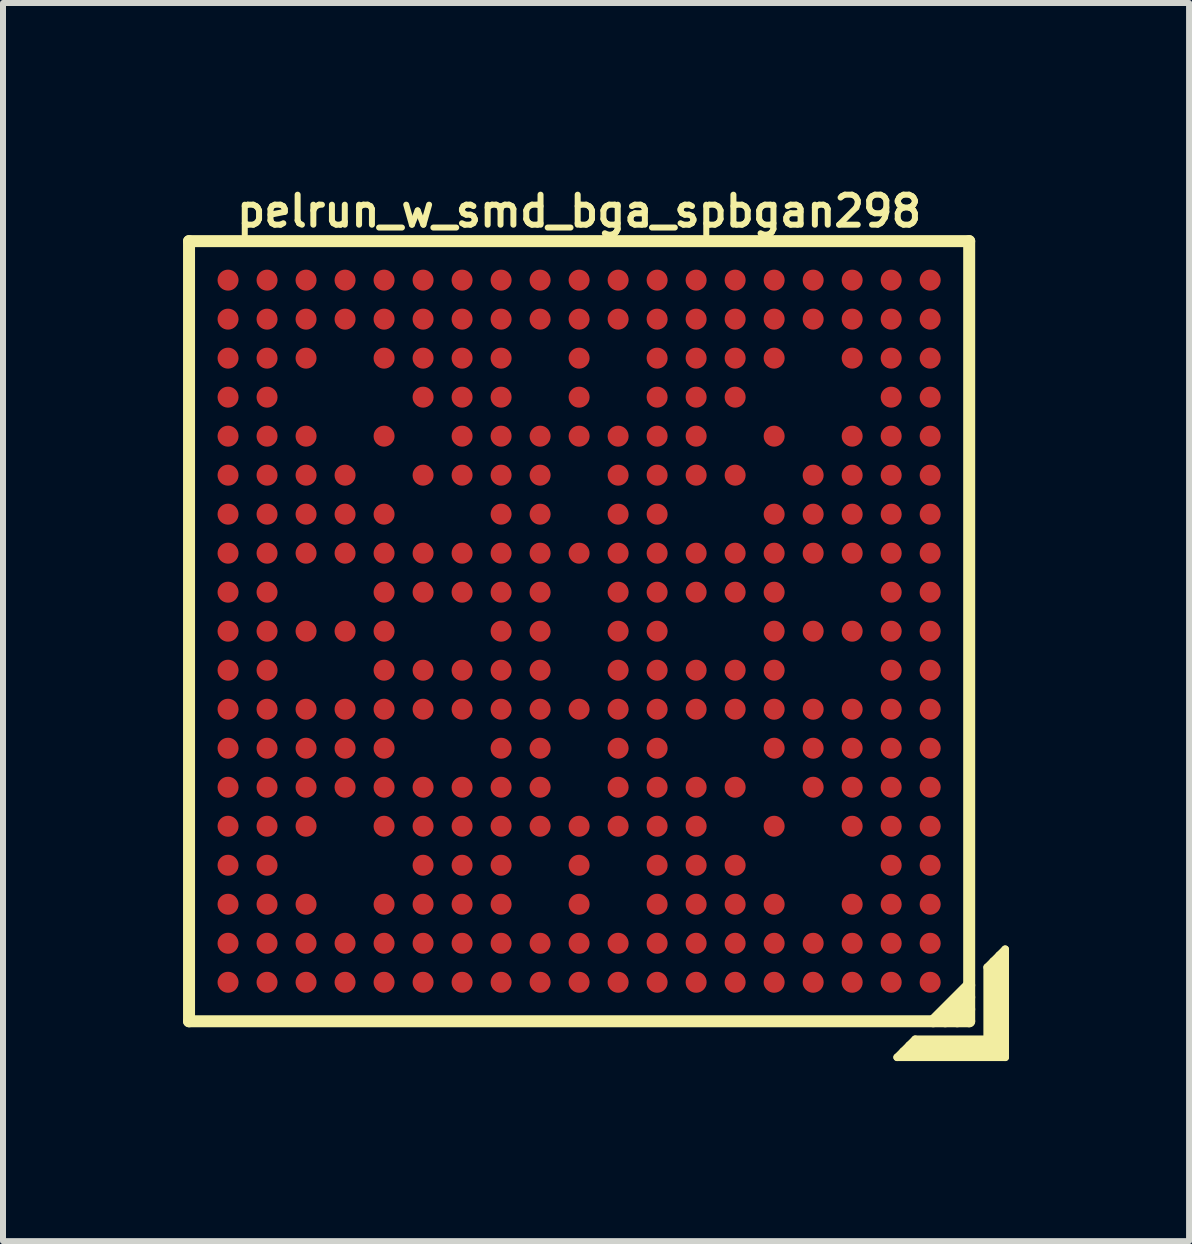
<source format=kicad_pcb>
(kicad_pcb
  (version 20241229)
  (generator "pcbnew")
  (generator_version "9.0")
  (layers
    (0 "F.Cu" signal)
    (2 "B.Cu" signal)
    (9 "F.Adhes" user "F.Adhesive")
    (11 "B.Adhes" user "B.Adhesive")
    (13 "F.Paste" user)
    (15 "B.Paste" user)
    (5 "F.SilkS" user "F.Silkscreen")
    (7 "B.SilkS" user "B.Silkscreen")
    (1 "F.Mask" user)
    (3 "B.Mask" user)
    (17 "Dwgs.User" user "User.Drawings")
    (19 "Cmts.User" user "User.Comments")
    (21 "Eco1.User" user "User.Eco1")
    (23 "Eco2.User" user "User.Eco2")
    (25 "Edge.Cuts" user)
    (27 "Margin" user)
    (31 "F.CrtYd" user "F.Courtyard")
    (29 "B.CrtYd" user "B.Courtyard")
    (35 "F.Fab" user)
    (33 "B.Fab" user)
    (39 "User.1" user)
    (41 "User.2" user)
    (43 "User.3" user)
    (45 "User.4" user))
  (footprint "pelrun_w_smd_bga_spbgan298"
    (layer "F.Cu")
    (at 6.6 7.468)
    (property "Reference" "pelrun_w_smd_bga_spbgan298" (at 0 -7 0) (layer "F.SilkS") (effects (font (size 0.5 0.5) (thickness 0.1))))
    (attr through_hole)
    (fp_line (start -6.5 -6.5) (end 6.5 -6.5) (stroke (width 0.2) (type solid)) (layer "F.SilkS"))
    (fp_line (start -6.5 6.5) (end -6.5 -6.5) (stroke (width 0.2) (type solid)) (layer "F.SilkS"))
    (fp_line (start 5.3 7.1) (end 5.6 6.8) (stroke (width 0.127) (type solid)) (layer "F.SilkS"))
    (fp_line (start 5.4 7) (end 7 7) (stroke (width 0.127) (type solid)) (layer "F.SilkS"))
    (fp_line (start 5.6 6.8) (end 6.8 6.8) (stroke (width 0.127) (type solid)) (layer "F.SilkS"))
    (fp_line (start 6.3 6.5) (end 6.5 6.3) (stroke (width 0.2) (type solid)) (layer "F.SilkS"))
    (fp_line (start 6.5 -6.5) (end 6.5 6.5) (stroke (width 0.2) (type solid)) (layer "F.SilkS"))
    (fp_line (start 6.5 5.9) (end 5.9 6.5) (stroke (width 0.2) (type solid)) (layer "F.SilkS"))
    (fp_line (start 6.5 6.1) (end 6.1 6.5) (stroke (width 0.2) (type solid)) (layer "F.SilkS"))
    (fp_line (start 6.5 6.5) (end -6.5 6.5) (stroke (width 0.2) (type solid)) (layer "F.SilkS"))
    (fp_line (start 6.8 5.6) (end 7.1 5.3) (stroke (width 0.127) (type solid)) (layer "F.SilkS"))
    (fp_line (start 6.8 6.8) (end 6.8 5.6) (stroke (width 0.127) (type solid)) (layer "F.SilkS"))
    (fp_line (start 6.9 5.5) (end 6.9 6.9) (stroke (width 0.127) (type solid)) (layer "F.SilkS"))
    (fp_line (start 6.9 6.9) (end 5.5 6.9) (stroke (width 0.127) (type solid)) (layer "F.SilkS"))
    (fp_line (start 7 7) (end 7 5.4) (stroke (width 0.127) (type solid)) (layer "F.SilkS"))
    (fp_line (start 7.1 5.3) (end 7.1 7.1) (stroke (width 0.127) (type solid)) (layer "F.SilkS"))
    (fp_line (start 7.1 7.1) (end 5.3 7.1) (stroke (width 0.127) (type solid)) (layer "F.SilkS"))
    (pad "A1" smd circle (at 5.85 5.85) (size 0.35 0.35) (layers "F.Cu" "F.Mask" "F.Paste"))
    (pad "A2" smd circle (at 5.2 5.85) (size 0.35 0.35) (layers "F.Cu" "F.Mask" "F.Paste"))
    (pad "A3" smd circle (at 4.55 5.85) (size 0.35 0.35) (layers "F.Cu" "F.Mask" "F.Paste"))
    (pad "A4" smd circle (at 3.9 5.85) (size 0.35 0.35) (layers "F.Cu" "F.Mask" "F.Paste"))
    (pad "A5" smd circle (at 3.25 5.85) (size 0.35 0.35) (layers "F.Cu" "F.Mask" "F.Paste"))
    (pad "A6" smd circle (at 2.6 5.85) (size 0.35 0.35) (layers "F.Cu" "F.Mask" "F.Paste"))
    (pad "A7" smd circle (at 1.95 5.85) (size 0.35 0.35) (layers "F.Cu" "F.Mask" "F.Paste"))
    (pad "A8" smd circle (at 1.3 5.85) (size 0.35 0.35) (layers "F.Cu" "F.Mask" "F.Paste"))
    (pad "A9" smd circle (at 0.65 5.85) (size 0.35 0.35) (layers "F.Cu" "F.Mask" "F.Paste"))
    (pad "A10" smd circle (at 0 5.85) (size 0.35 0.35) (layers "F.Cu" "F.Mask" "F.Paste"))
    (pad "A11" smd circle (at -0.65 5.85) (size 0.35 0.35) (layers "F.Cu" "F.Mask" "F.Paste"))
    (pad "A12" smd circle (at -1.3 5.85) (size 0.35 0.35) (layers "F.Cu" "F.Mask" "F.Paste"))
    (pad "A13" smd circle (at -1.95 5.85) (size 0.35 0.35) (layers "F.Cu" "F.Mask" "F.Paste"))
    (pad "A14" smd circle (at -2.6 5.85) (size 0.35 0.35) (layers "F.Cu" "F.Mask" "F.Paste"))
    (pad "A15" smd circle (at -3.25 5.85) (size 0.35 0.35) (layers "F.Cu" "F.Mask" "F.Paste"))
    (pad "A16" smd circle (at -3.9 5.85) (size 0.35 0.35) (layers "F.Cu" "F.Mask" "F.Paste"))
    (pad "A17" smd circle (at -4.55 5.85) (size 0.35 0.35) (layers "F.Cu" "F.Mask" "F.Paste"))
    (pad "A18" smd circle (at -5.2 5.85) (size 0.35 0.35) (layers "F.Cu" "F.Mask" "F.Paste"))
    (pad "A19" smd circle (at -5.85 5.85) (size 0.35 0.35) (layers "F.Cu" "F.Mask" "F.Paste"))
    (pad "B1" smd circle (at 5.85 5.2) (size 0.35 0.35) (layers "F.Cu" "F.Mask" "F.Paste"))
    (pad "B2" smd circle (at 5.2 5.2) (size 0.35 0.35) (layers "F.Cu" "F.Mask" "F.Paste"))
    (pad "B3" smd circle (at 4.55 5.2) (size 0.35 0.35) (layers "F.Cu" "F.Mask" "F.Paste"))
    (pad "B4" smd circle (at 3.9 5.2) (size 0.35 0.35) (layers "F.Cu" "F.Mask" "F.Paste"))
    (pad "B5" smd circle (at 3.25 5.2) (size 0.35 0.35) (layers "F.Cu" "F.Mask" "F.Paste"))
    (pad "B6" smd circle (at 2.6 5.2) (size 0.35 0.35) (layers "F.Cu" "F.Mask" "F.Paste"))
    (pad "B7" smd circle (at 1.95 5.2) (size 0.35 0.35) (layers "F.Cu" "F.Mask" "F.Paste"))
    (pad "B8" smd circle (at 1.3 5.2) (size 0.35 0.35) (layers "F.Cu" "F.Mask" "F.Paste"))
    (pad "B9" smd circle (at 0.65 5.2) (size 0.35 0.35) (layers "F.Cu" "F.Mask" "F.Paste"))
    (pad "B10" smd circle (at 0 5.2) (size 0.35 0.35) (layers "F.Cu" "F.Mask" "F.Paste"))
    (pad "B11" smd circle (at -0.65 5.2) (size 0.35 0.35) (layers "F.Cu" "F.Mask" "F.Paste"))
    (pad "B12" smd circle (at -1.3 5.2) (size 0.35 0.35) (layers "F.Cu" "F.Mask" "F.Paste"))
    (pad "B13" smd circle (at -1.95 5.2) (size 0.35 0.35) (layers "F.Cu" "F.Mask" "F.Paste"))
    (pad "B14" smd circle (at -2.6 5.2) (size 0.35 0.35) (layers "F.Cu" "F.Mask" "F.Paste"))
    (pad "B15" smd circle (at -3.25 5.2) (size 0.35 0.35) (layers "F.Cu" "F.Mask" "F.Paste"))
    (pad "B16" smd circle (at -3.9 5.2) (size 0.35 0.35) (layers "F.Cu" "F.Mask" "F.Paste"))
    (pad "B17" smd circle (at -4.55 5.2) (size 0.35 0.35) (layers "F.Cu" "F.Mask" "F.Paste"))
    (pad "B18" smd circle (at -5.2 5.2) (size 0.35 0.35) (layers "F.Cu" "F.Mask" "F.Paste"))
    (pad "B19" smd circle (at -5.85 5.2) (size 0.35 0.35) (layers "F.Cu" "F.Mask" "F.Paste"))
    (pad "C1" smd circle (at 5.85 4.55) (size 0.35 0.35) (layers "F.Cu" "F.Mask" "F.Paste"))
    (pad "C2" smd circle (at 5.2 4.55) (size 0.35 0.35) (layers "F.Cu" "F.Mask" "F.Paste"))
    (pad "C3" smd circle (at 4.55 4.55) (size 0.35 0.35) (layers "F.Cu" "F.Mask" "F.Paste"))
    (pad "C5" smd circle (at 3.25 4.55) (size 0.35 0.35) (layers "F.Cu" "F.Mask" "F.Paste"))
    (pad "C6" smd circle (at 2.6 4.55) (size 0.35 0.35) (layers "F.Cu" "F.Mask" "F.Paste"))
    (pad "C7" smd circle (at 1.95 4.55) (size 0.35 0.35) (layers "F.Cu" "F.Mask" "F.Paste"))
    (pad "C8" smd circle (at 1.3 4.55) (size 0.35 0.35) (layers "F.Cu" "F.Mask" "F.Paste"))
    (pad "C10" smd circle (at 0 4.55) (size 0.35 0.35) (layers "F.Cu" "F.Mask" "F.Paste"))
    (pad "C12" smd circle (at -1.3 4.55) (size 0.35 0.35) (layers "F.Cu" "F.Mask" "F.Paste"))
    (pad "C13" smd circle (at -1.95 4.55) (size 0.35 0.35) (layers "F.Cu" "F.Mask" "F.Paste"))
    (pad "C14" smd circle (at -2.6 4.55) (size 0.35 0.35) (layers "F.Cu" "F.Mask" "F.Paste"))
    (pad "C15" smd circle (at -3.25 4.55) (size 0.35 0.35) (layers "F.Cu" "F.Mask" "F.Paste"))
    (pad "C17" smd circle (at -4.55 4.55) (size 0.35 0.35) (layers "F.Cu" "F.Mask" "F.Paste"))
    (pad "C18" smd circle (at -5.2 4.55) (size 0.35 0.35) (layers "F.Cu" "F.Mask" "F.Paste"))
    (pad "C19" smd circle (at -5.85 4.55) (size 0.35 0.35) (layers "F.Cu" "F.Mask" "F.Paste"))
    (pad "D1" smd circle (at 5.85 3.9) (size 0.35 0.35) (layers "F.Cu" "F.Mask" "F.Paste"))
    (pad "D2" smd circle (at 5.2 3.9) (size 0.35 0.35) (layers "F.Cu" "F.Mask" "F.Paste"))
    (pad "D6" smd circle (at 2.6 3.9) (size 0.35 0.35) (layers "F.Cu" "F.Mask" "F.Paste"))
    (pad "D7" smd circle (at 1.95 3.9) (size 0.35 0.35) (layers "F.Cu" "F.Mask" "F.Paste"))
    (pad "D8" smd circle (at 1.3 3.9) (size 0.35 0.35) (layers "F.Cu" "F.Mask" "F.Paste"))
    (pad "D10" smd circle (at 0 3.9) (size 0.35 0.35) (layers "F.Cu" "F.Mask" "F.Paste"))
    (pad "D12" smd circle (at -1.3 3.9) (size 0.35 0.35) (layers "F.Cu" "F.Mask" "F.Paste"))
    (pad "D13" smd circle (at -1.95 3.9) (size 0.35 0.35) (layers "F.Cu" "F.Mask" "F.Paste"))
    (pad "D14" smd circle (at -2.6 3.9) (size 0.35 0.35) (layers "F.Cu" "F.Mask" "F.Paste"))
    (pad "D18" smd circle (at -5.2 3.9) (size 0.35 0.35) (layers "F.Cu" "F.Mask" "F.Paste"))
    (pad "D19" smd circle (at -5.85 3.9) (size 0.35 0.35) (layers "F.Cu" "F.Mask" "F.Paste"))
    (pad "E1" smd circle (at 5.85 3.25) (size 0.35 0.35) (layers "F.Cu" "F.Mask" "F.Paste"))
    (pad "E2" smd circle (at 5.2 3.25) (size 0.35 0.35) (layers "F.Cu" "F.Mask" "F.Paste"))
    (pad "E3" smd circle (at 4.55 3.25) (size 0.35 0.35) (layers "F.Cu" "F.Mask" "F.Paste"))
    (pad "E5" smd circle (at 3.25 3.25) (size 0.35 0.35) (layers "F.Cu" "F.Mask" "F.Paste"))
    (pad "E7" smd circle (at 1.95 3.25) (size 0.35 0.35) (layers "F.Cu" "F.Mask" "F.Paste"))
    (pad "E8" smd circle (at 1.3 3.25) (size 0.35 0.35) (layers "F.Cu" "F.Mask" "F.Paste"))
    (pad "E9" smd circle (at 0.65 3.25) (size 0.35 0.35) (layers "F.Cu" "F.Mask" "F.Paste"))
    (pad "E10" smd circle (at 0 3.25) (size 0.35 0.35) (layers "F.Cu" "F.Mask" "F.Paste"))
    (pad "E11" smd circle (at -0.65 3.25) (size 0.35 0.35) (layers "F.Cu" "F.Mask" "F.Paste"))
    (pad "E12" smd circle (at -1.3 3.25) (size 0.35 0.35) (layers "F.Cu" "F.Mask" "F.Paste"))
    (pad "E13" smd circle (at -1.95 3.25) (size 0.35 0.35) (layers "F.Cu" "F.Mask" "F.Paste"))
    (pad "E14" smd circle (at -2.6 3.25) (size 0.35 0.35) (layers "F.Cu" "F.Mask" "F.Paste"))
    (pad "E15" smd circle (at -3.25 3.25) (size 0.35 0.35) (layers "F.Cu" "F.Mask" "F.Paste"))
    (pad "E17" smd circle (at -4.55 3.25) (size 0.35 0.35) (layers "F.Cu" "F.Mask" "F.Paste"))
    (pad "E18" smd circle (at -5.2 3.25) (size 0.35 0.35) (layers "F.Cu" "F.Mask" "F.Paste"))
    (pad "E19" smd circle (at -5.85 3.25) (size 0.35 0.35) (layers "F.Cu" "F.Mask" "F.Paste"))
    (pad "F1" smd circle (at 5.85 2.6) (size 0.35 0.35) (layers "F.Cu" "F.Mask" "F.Paste"))
    (pad "F2" smd circle (at 5.2 2.6) (size 0.35 0.35) (layers "F.Cu" "F.Mask" "F.Paste"))
    (pad "F3" smd circle (at 4.55 2.6) (size 0.35 0.35) (layers "F.Cu" "F.Mask" "F.Paste"))
    (pad "F4" smd circle (at 3.9 2.6) (size 0.35 0.35) (layers "F.Cu" "F.Mask" "F.Paste"))
    (pad "F6" smd circle (at 2.6 2.6) (size 0.35 0.35) (layers "F.Cu" "F.Mask" "F.Paste"))
    (pad "F7" smd circle (at 1.95 2.6) (size 0.35 0.35) (layers "F.Cu" "F.Mask" "F.Paste"))
    (pad "F8" smd circle (at 1.3 2.6) (size 0.35 0.35) (layers "F.Cu" "F.Mask" "F.Paste"))
    (pad "F9" smd circle (at 0.65 2.6) (size 0.35 0.35) (layers "F.Cu" "F.Mask" "F.Paste"))
    (pad "F11" smd circle (at -0.65 2.6) (size 0.35 0.35) (layers "F.Cu" "F.Mask" "F.Paste"))
    (pad "F12" smd circle (at -1.3 2.6) (size 0.35 0.35) (layers "F.Cu" "F.Mask" "F.Paste"))
    (pad "F13" smd circle (at -1.95 2.6) (size 0.35 0.35) (layers "F.Cu" "F.Mask" "F.Paste"))
    (pad "F14" smd circle (at -2.6 2.6) (size 0.35 0.35) (layers "F.Cu" "F.Mask" "F.Paste"))
    (pad "F15" smd circle (at -3.25 2.6) (size 0.35 0.35) (layers "F.Cu" "F.Mask" "F.Paste"))
    (pad "F16" smd circle (at -3.9 2.6) (size 0.35 0.35) (layers "F.Cu" "F.Mask" "F.Paste"))
    (pad "F17" smd circle (at -4.55 2.6) (size 0.35 0.35) (layers "F.Cu" "F.Mask" "F.Paste"))
    (pad "F18" smd circle (at -5.2 2.6) (size 0.35 0.35) (layers "F.Cu" "F.Mask" "F.Paste"))
    (pad "F19" smd circle (at -5.85 2.6) (size 0.35 0.35) (layers "F.Cu" "F.Mask" "F.Paste"))
    (pad "G1" smd circle (at 5.85 1.95) (size 0.35 0.35) (layers "F.Cu" "F.Mask" "F.Paste"))
    (pad "G2" smd circle (at 5.2 1.95) (size 0.35 0.35) (layers "F.Cu" "F.Mask" "F.Paste"))
    (pad "G3" smd circle (at 4.55 1.95) (size 0.35 0.35) (layers "F.Cu" "F.Mask" "F.Paste"))
    (pad "G4" smd circle (at 3.9 1.95) (size 0.35 0.35) (layers "F.Cu" "F.Mask" "F.Paste"))
    (pad "G5" smd circle (at 3.25 1.95) (size 0.35 0.35) (layers "F.Cu" "F.Mask" "F.Paste"))
    (pad "G8" smd circle (at 1.3 1.95) (size 0.35 0.35) (layers "F.Cu" "F.Mask" "F.Paste"))
    (pad "G9" smd circle (at 0.65 1.95) (size 0.35 0.35) (layers "F.Cu" "F.Mask" "F.Paste"))
    (pad "G11" smd circle (at -0.65 1.95) (size 0.35 0.35) (layers "F.Cu" "F.Mask" "F.Paste"))
    (pad "G12" smd circle (at -1.3 1.95) (size 0.35 0.35) (layers "F.Cu" "F.Mask" "F.Paste"))
    (pad "G15" smd circle (at -3.25 1.95) (size 0.35 0.35) (layers "F.Cu" "F.Mask" "F.Paste"))
    (pad "G16" smd circle (at -3.9 1.95) (size 0.35 0.35) (layers "F.Cu" "F.Mask" "F.Paste"))
    (pad "G17" smd circle (at -4.55 1.95) (size 0.35 0.35) (layers "F.Cu" "F.Mask" "F.Paste"))
    (pad "G18" smd circle (at -5.2 1.95) (size 0.35 0.35) (layers "F.Cu" "F.Mask" "F.Paste"))
    (pad "G19" smd circle (at -5.85 1.95) (size 0.35 0.35) (layers "F.Cu" "F.Mask" "F.Paste"))
    (pad "H1" smd circle (at 5.85 1.3) (size 0.35 0.35) (layers "F.Cu" "F.Mask" "F.Paste"))
    (pad "H2" smd circle (at 5.2 1.3) (size 0.35 0.35) (layers "F.Cu" "F.Mask" "F.Paste"))
    (pad "H3" smd circle (at 4.55 1.3) (size 0.35 0.35) (layers "F.Cu" "F.Mask" "F.Paste"))
    (pad "H4" smd circle (at 3.9 1.3) (size 0.35 0.35) (layers "F.Cu" "F.Mask" "F.Paste"))
    (pad "H5" smd circle (at 3.25 1.3) (size 0.35 0.35) (layers "F.Cu" "F.Mask" "F.Paste"))
    (pad "H6" smd circle (at 2.6 1.3) (size 0.35 0.35) (layers "F.Cu" "F.Mask" "F.Paste"))
    (pad "H7" smd circle (at 1.95 1.3) (size 0.35 0.35) (layers "F.Cu" "F.Mask" "F.Paste"))
    (pad "H8" smd circle (at 1.3 1.3) (size 0.35 0.35) (layers "F.Cu" "F.Mask" "F.Paste"))
    (pad "H9" smd circle (at 0.65 1.3) (size 0.35 0.35) (layers "F.Cu" "F.Mask" "F.Paste"))
    (pad "H10" smd circle (at 0 1.3) (size 0.35 0.35) (layers "F.Cu" "F.Mask" "F.Paste"))
    (pad "H11" smd circle (at -0.65 1.3) (size 0.35 0.35) (layers "F.Cu" "F.Mask" "F.Paste"))
    (pad "H12" smd circle (at -1.3 1.3) (size 0.35 0.35) (layers "F.Cu" "F.Mask" "F.Paste"))
    (pad "H13" smd circle (at -1.95 1.3) (size 0.35 0.35) (layers "F.Cu" "F.Mask" "F.Paste"))
    (pad "H14" smd circle (at -2.6 1.3) (size 0.35 0.35) (layers "F.Cu" "F.Mask" "F.Paste"))
    (pad "H15" smd circle (at -3.25 1.3) (size 0.35 0.35) (layers "F.Cu" "F.Mask" "F.Paste"))
    (pad "H16" smd circle (at -3.9 1.3) (size 0.35 0.35) (layers "F.Cu" "F.Mask" "F.Paste"))
    (pad "H17" smd circle (at -4.55 1.3) (size 0.35 0.35) (layers "F.Cu" "F.Mask" "F.Paste"))
    (pad "H18" smd circle (at -5.2 1.3) (size 0.35 0.35) (layers "F.Cu" "F.Mask" "F.Paste"))
    (pad "H19" smd circle (at -5.85 1.3) (size 0.35 0.35) (layers "F.Cu" "F.Mask" "F.Paste"))
    (pad "J1" smd circle (at 5.85 0.65) (size 0.35 0.35) (layers "F.Cu" "F.Mask" "F.Paste"))
    (pad "J2" smd circle (at 5.2 0.65) (size 0.35 0.35) (layers "F.Cu" "F.Mask" "F.Paste"))
    (pad "J5" smd circle (at 3.25 0.65) (size 0.35 0.35) (layers "F.Cu" "F.Mask" "F.Paste"))
    (pad "J6" smd circle (at 2.6 0.65) (size 0.35 0.35) (layers "F.Cu" "F.Mask" "F.Paste"))
    (pad "J7" smd circle (at 1.95 0.65) (size 0.35 0.35) (layers "F.Cu" "F.Mask" "F.Paste"))
    (pad "J8" smd circle (at 1.3 0.65) (size 0.35 0.35) (layers "F.Cu" "F.Mask" "F.Paste"))
    (pad "J9" smd circle (at 0.65 0.65) (size 0.35 0.35) (layers "F.Cu" "F.Mask" "F.Paste"))
    (pad "J11" smd circle (at -0.65 0.65) (size 0.35 0.35) (layers "F.Cu" "F.Mask" "F.Paste"))
    (pad "J12" smd circle (at -1.3 0.65) (size 0.35 0.35) (layers "F.Cu" "F.Mask" "F.Paste"))
    (pad "J13" smd circle (at -1.95 0.65) (size 0.35 0.35) (layers "F.Cu" "F.Mask" "F.Paste"))
    (pad "J14" smd circle (at -2.6 0.65) (size 0.35 0.35) (layers "F.Cu" "F.Mask" "F.Paste"))
    (pad "J15" smd circle (at -3.25 0.65) (size 0.35 0.35) (layers "F.Cu" "F.Mask" "F.Paste"))
    (pad "J18" smd circle (at -5.2 0.65) (size 0.35 0.35) (layers "F.Cu" "F.Mask" "F.Paste"))
    (pad "J19" smd circle (at -5.85 0.65) (size 0.35 0.35) (layers "F.Cu" "F.Mask" "F.Paste"))
    (pad "K1" smd circle (at 5.85 0) (size 0.35 0.35) (layers "F.Cu" "F.Mask" "F.Paste"))
    (pad "K2" smd circle (at 5.2 0) (size 0.35 0.35) (layers "F.Cu" "F.Mask" "F.Paste"))
    (pad "K3" smd circle (at 4.55 0) (size 0.35 0.35) (layers "F.Cu" "F.Mask" "F.Paste"))
    (pad "K4" smd circle (at 3.9 0) (size 0.35 0.35) (layers "F.Cu" "F.Mask" "F.Paste"))
    (pad "K5" smd circle (at 3.25 0) (size 0.35 0.35) (layers "F.Cu" "F.Mask" "F.Paste"))
    (pad "K8" smd circle (at 1.3 0) (size 0.35 0.35) (layers "F.Cu" "F.Mask" "F.Paste"))
    (pad "K9" smd circle (at 0.65 0) (size 0.35 0.35) (layers "F.Cu" "F.Mask" "F.Paste"))
    (pad "K11" smd circle (at -0.65 0) (size 0.35 0.35) (layers "F.Cu" "F.Mask" "F.Paste"))
    (pad "K12" smd circle (at -1.3 0) (size 0.35 0.35) (layers "F.Cu" "F.Mask" "F.Paste"))
    (pad "K15" smd circle (at -3.25 0) (size 0.35 0.35) (layers "F.Cu" "F.Mask" "F.Paste"))
    (pad "K16" smd circle (at -3.9 0) (size 0.35 0.35) (layers "F.Cu" "F.Mask" "F.Paste"))
    (pad "K17" smd circle (at -4.55 0) (size 0.35 0.35) (layers "F.Cu" "F.Mask" "F.Paste"))
    (pad "K18" smd circle (at -5.2 0) (size 0.35 0.35) (layers "F.Cu" "F.Mask" "F.Paste"))
    (pad "K19" smd circle (at -5.85 0) (size 0.35 0.35) (layers "F.Cu" "F.Mask" "F.Paste"))
    (pad "L1" smd circle (at 5.85 -0.65) (size 0.35 0.35) (layers "F.Cu" "F.Mask" "F.Paste"))
    (pad "L2" smd circle (at 5.2 -0.65) (size 0.35 0.35) (layers "F.Cu" "F.Mask" "F.Paste"))
    (pad "L5" smd circle (at 3.25 -0.65) (size 0.35 0.35) (layers "F.Cu" "F.Mask" "F.Paste"))
    (pad "L6" smd circle (at 2.6 -0.65) (size 0.35 0.35) (layers "F.Cu" "F.Mask" "F.Paste"))
    (pad "L7" smd circle (at 1.95 -0.65) (size 0.35 0.35) (layers "F.Cu" "F.Mask" "F.Paste"))
    (pad "L8" smd circle (at 1.3 -0.65) (size 0.35 0.35) (layers "F.Cu" "F.Mask" "F.Paste"))
    (pad "L9" smd circle (at 0.65 -0.65) (size 0.35 0.35) (layers "F.Cu" "F.Mask" "F.Paste"))
    (pad "L11" smd circle (at -0.65 -0.65) (size 0.35 0.35) (layers "F.Cu" "F.Mask" "F.Paste"))
    (pad "L12" smd circle (at -1.3 -0.65) (size 0.35 0.35) (layers "F.Cu" "F.Mask" "F.Paste"))
    (pad "L13" smd circle (at -1.95 -0.65) (size 0.35 0.35) (layers "F.Cu" "F.Mask" "F.Paste"))
    (pad "L14" smd circle (at -2.6 -0.65) (size 0.35 0.35) (layers "F.Cu" "F.Mask" "F.Paste"))
    (pad "L15" smd circle (at -3.25 -0.65) (size 0.35 0.35) (layers "F.Cu" "F.Mask" "F.Paste"))
    (pad "L18" smd circle (at -5.2 -0.65) (size 0.35 0.35) (layers "F.Cu" "F.Mask" "F.Paste"))
    (pad "L19" smd circle (at -5.85 -0.65) (size 0.35 0.35) (layers "F.Cu" "F.Mask" "F.Paste"))
    (pad "M1" smd circle (at 5.85 -1.3) (size 0.35 0.35) (layers "F.Cu" "F.Mask" "F.Paste"))
    (pad "M2" smd circle (at 5.2 -1.3) (size 0.35 0.35) (layers "F.Cu" "F.Mask" "F.Paste"))
    (pad "M3" smd circle (at 4.55 -1.3) (size 0.35 0.35) (layers "F.Cu" "F.Mask" "F.Paste"))
    (pad "M4" smd circle (at 3.9 -1.3) (size 0.35 0.35) (layers "F.Cu" "F.Mask" "F.Paste"))
    (pad "M5" smd circle (at 3.25 -1.3) (size 0.35 0.35) (layers "F.Cu" "F.Mask" "F.Paste"))
    (pad "M6" smd circle (at 2.6 -1.3) (size 0.35 0.35) (layers "F.Cu" "F.Mask" "F.Paste"))
    (pad "M7" smd circle (at 1.95 -1.3) (size 0.35 0.35) (layers "F.Cu" "F.Mask" "F.Paste"))
    (pad "M8" smd circle (at 1.3 -1.3) (size 0.35 0.35) (layers "F.Cu" "F.Mask" "F.Paste"))
    (pad "M9" smd circle (at 0.65 -1.3) (size 0.35 0.35) (layers "F.Cu" "F.Mask" "F.Paste"))
    (pad "M10" smd circle (at 0 -1.3) (size 0.35 0.35) (layers "F.Cu" "F.Mask" "F.Paste"))
    (pad "M11" smd circle (at -0.65 -1.3) (size 0.35 0.35) (layers "F.Cu" "F.Mask" "F.Paste"))
    (pad "M12" smd circle (at -1.3 -1.3) (size 0.35 0.35) (layers "F.Cu" "F.Mask" "F.Paste"))
    (pad "M13" smd circle (at -1.95 -1.3) (size 0.35 0.35) (layers "F.Cu" "F.Mask" "F.Paste"))
    (pad "M14" smd circle (at -2.6 -1.3) (size 0.35 0.35) (layers "F.Cu" "F.Mask" "F.Paste"))
    (pad "M15" smd circle (at -3.25 -1.3) (size 0.35 0.35) (layers "F.Cu" "F.Mask" "F.Paste"))
    (pad "M16" smd circle (at -3.9 -1.3) (size 0.35 0.35) (layers "F.Cu" "F.Mask" "F.Paste"))
    (pad "M17" smd circle (at -4.55 -1.3) (size 0.35 0.35) (layers "F.Cu" "F.Mask" "F.Paste"))
    (pad "M18" smd circle (at -5.2 -1.3) (size 0.35 0.35) (layers "F.Cu" "F.Mask" "F.Paste"))
    (pad "M19" smd circle (at -5.85 -1.3) (size 0.35 0.35) (layers "F.Cu" "F.Mask" "F.Paste"))
    (pad "N1" smd circle (at 5.85 -1.95) (size 0.35 0.35) (layers "F.Cu" "F.Mask" "F.Paste"))
    (pad "N2" smd circle (at 5.2 -1.95) (size 0.35 0.35) (layers "F.Cu" "F.Mask" "F.Paste"))
    (pad "N3" smd circle (at 4.55 -1.95) (size 0.35 0.35) (layers "F.Cu" "F.Mask" "F.Paste"))
    (pad "N4" smd circle (at 3.9 -1.95) (size 0.35 0.35) (layers "F.Cu" "F.Mask" "F.Paste"))
    (pad "N5" smd circle (at 3.25 -1.95) (size 0.35 0.35) (layers "F.Cu" "F.Mask" "F.Paste"))
    (pad "N8" smd circle (at 1.3 -1.95) (size 0.35 0.35) (layers "F.Cu" "F.Mask" "F.Paste"))
    (pad "N9" smd circle (at 0.65 -1.95) (size 0.35 0.35) (layers "F.Cu" "F.Mask" "F.Paste"))
    (pad "N11" smd circle (at -0.65 -1.95) (size 0.35 0.35) (layers "F.Cu" "F.Mask" "F.Paste"))
    (pad "N12" smd circle (at -1.3 -1.95) (size 0.35 0.35) (layers "F.Cu" "F.Mask" "F.Paste"))
    (pad "N15" smd circle (at -3.25 -1.95) (size 0.35 0.35) (layers "F.Cu" "F.Mask" "F.Paste"))
    (pad "N16" smd circle (at -3.9 -1.95) (size 0.35 0.35) (layers "F.Cu" "F.Mask" "F.Paste"))
    (pad "N17" smd circle (at -4.55 -1.95) (size 0.35 0.35) (layers "F.Cu" "F.Mask" "F.Paste"))
    (pad "N18" smd circle (at -5.2 -1.95) (size 0.35 0.35) (layers "F.Cu" "F.Mask" "F.Paste"))
    (pad "N19" smd circle (at -5.85 -1.95) (size 0.35 0.35) (layers "F.Cu" "F.Mask" "F.Paste"))
    (pad "P1" smd circle (at 5.85 -2.6) (size 0.35 0.35) (layers "F.Cu" "F.Mask" "F.Paste"))
    (pad "P2" smd circle (at 5.2 -2.6) (size 0.35 0.35) (layers "F.Cu" "F.Mask" "F.Paste"))
    (pad "P3" smd circle (at 4.55 -2.6) (size 0.35 0.35) (layers "F.Cu" "F.Mask" "F.Paste"))
    (pad "P4" smd circle (at 3.9 -2.6) (size 0.35 0.35) (layers "F.Cu" "F.Mask" "F.Paste"))
    (pad "P6" smd circle (at 2.6 -2.6) (size 0.35 0.35) (layers "F.Cu" "F.Mask" "F.Paste"))
    (pad "P7" smd circle (at 1.95 -2.6) (size 0.35 0.35) (layers "F.Cu" "F.Mask" "F.Paste"))
    (pad "P8" smd circle (at 1.3 -2.6) (size 0.35 0.35) (layers "F.Cu" "F.Mask" "F.Paste"))
    (pad "P9" smd circle (at 0.65 -2.6) (size 0.35 0.35) (layers "F.Cu" "F.Mask" "F.Paste"))
    (pad "P11" smd circle (at -0.65 -2.6) (size 0.35 0.35) (layers "F.Cu" "F.Mask" "F.Paste"))
    (pad "P12" smd circle (at -1.3 -2.6) (size 0.35 0.35) (layers "F.Cu" "F.Mask" "F.Paste"))
    (pad "P13" smd circle (at -1.95 -2.6) (size 0.35 0.35) (layers "F.Cu" "F.Mask" "F.Paste"))
    (pad "P14" smd circle (at -2.6 -2.6) (size 0.35 0.35) (layers "F.Cu" "F.Mask" "F.Paste"))
    (pad "P16" smd circle (at -3.9 -2.6) (size 0.35 0.35) (layers "F.Cu" "F.Mask" "F.Paste"))
    (pad "P17" smd circle (at -4.55 -2.6) (size 0.35 0.35) (layers "F.Cu" "F.Mask" "F.Paste"))
    (pad "P18" smd circle (at -5.2 -2.6) (size 0.35 0.35) (layers "F.Cu" "F.Mask" "F.Paste"))
    (pad "P19" smd circle (at -5.85 -2.6) (size 0.35 0.35) (layers "F.Cu" "F.Mask" "F.Paste"))
    (pad "R1" smd circle (at 5.85 -3.25) (size 0.35 0.35) (layers "F.Cu" "F.Mask" "F.Paste"))
    (pad "R2" smd circle (at 5.2 -3.25) (size 0.35 0.35) (layers "F.Cu" "F.Mask" "F.Paste"))
    (pad "R3" smd circle (at 4.55 -3.25) (size 0.35 0.35) (layers "F.Cu" "F.Mask" "F.Paste"))
    (pad "R5" smd circle (at 3.25 -3.25) (size 0.35 0.35) (layers "F.Cu" "F.Mask" "F.Paste"))
    (pad "R7" smd circle (at 1.95 -3.25) (size 0.35 0.35) (layers "F.Cu" "F.Mask" "F.Paste"))
    (pad "R8" smd circle (at 1.3 -3.25) (size 0.35 0.35) (layers "F.Cu" "F.Mask" "F.Paste"))
    (pad "R9" smd circle (at 0.65 -3.25) (size 0.35 0.35) (layers "F.Cu" "F.Mask" "F.Paste"))
    (pad "R10" smd circle (at 0 -3.25) (size 0.35 0.35) (layers "F.Cu" "F.Mask" "F.Paste"))
    (pad "R11" smd circle (at -0.65 -3.25) (size 0.35 0.35) (layers "F.Cu" "F.Mask" "F.Paste"))
    (pad "R12" smd circle (at -1.3 -3.25) (size 0.35 0.35) (layers "F.Cu" "F.Mask" "F.Paste"))
    (pad "R13" smd circle (at -1.95 -3.25) (size 0.35 0.35) (layers "F.Cu" "F.Mask" "F.Paste"))
    (pad "R15" smd circle (at -3.25 -3.25) (size 0.35 0.35) (layers "F.Cu" "F.Mask" "F.Paste"))
    (pad "R17" smd circle (at -4.55 -3.25) (size 0.35 0.35) (layers "F.Cu" "F.Mask" "F.Paste"))
    (pad "R18" smd circle (at -5.2 -3.25) (size 0.35 0.35) (layers "F.Cu" "F.Mask" "F.Paste"))
    (pad "R19" smd circle (at -5.85 -3.25) (size 0.35 0.35) (layers "F.Cu" "F.Mask" "F.Paste"))
    (pad "T1" smd circle (at 5.85 -3.9) (size 0.35 0.35) (layers "F.Cu" "F.Mask" "F.Paste"))
    (pad "T2" smd circle (at 5.2 -3.9) (size 0.35 0.35) (layers "F.Cu" "F.Mask" "F.Paste"))
    (pad "T6" smd circle (at 2.6 -3.9) (size 0.35 0.35) (layers "F.Cu" "F.Mask" "F.Paste"))
    (pad "T7" smd circle (at 1.95 -3.9) (size 0.35 0.35) (layers "F.Cu" "F.Mask" "F.Paste"))
    (pad "T8" smd circle (at 1.3 -3.9) (size 0.35 0.35) (layers "F.Cu" "F.Mask" "F.Paste"))
    (pad "T10" smd circle (at 0 -3.9) (size 0.35 0.35) (layers "F.Cu" "F.Mask" "F.Paste"))
    (pad "T12" smd circle (at -1.3 -3.9) (size 0.35 0.35) (layers "F.Cu" "F.Mask" "F.Paste"))
    (pad "T13" smd circle (at -1.95 -3.9) (size 0.35 0.35) (layers "F.Cu" "F.Mask" "F.Paste"))
    (pad "T14" smd circle (at -2.6 -3.9) (size 0.35 0.35) (layers "F.Cu" "F.Mask" "F.Paste"))
    (pad "T18" smd circle (at -5.2 -3.9) (size 0.35 0.35) (layers "F.Cu" "F.Mask" "F.Paste"))
    (pad "T19" smd circle (at -5.85 -3.9) (size 0.35 0.35) (layers "F.Cu" "F.Mask" "F.Paste"))
    (pad "U1" smd circle (at 5.85 -4.55) (size 0.35 0.35) (layers "F.Cu" "F.Mask" "F.Paste"))
    (pad "U2" smd circle (at 5.2 -4.55) (size 0.35 0.35) (layers "F.Cu" "F.Mask" "F.Paste"))
    (pad "U3" smd circle (at 4.55 -4.55) (size 0.35 0.35) (layers "F.Cu" "F.Mask" "F.Paste"))
    (pad "U5" smd circle (at 3.25 -4.55) (size 0.35 0.35) (layers "F.Cu" "F.Mask" "F.Paste"))
    (pad "U6" smd circle (at 2.6 -4.55) (size 0.35 0.35) (layers "F.Cu" "F.Mask" "F.Paste"))
    (pad "U7" smd circle (at 1.95 -4.55) (size 0.35 0.35) (layers "F.Cu" "F.Mask" "F.Paste"))
    (pad "U8" smd circle (at 1.3 -4.55) (size 0.35 0.35) (layers "F.Cu" "F.Mask" "F.Paste"))
    (pad "U10" smd circle (at 0 -4.55) (size 0.35 0.35) (layers "F.Cu" "F.Mask" "F.Paste"))
    (pad "U12" smd circle (at -1.3 -4.55) (size 0.35 0.35) (layers "F.Cu" "F.Mask" "F.Paste"))
    (pad "U13" smd circle (at -1.95 -4.55) (size 0.35 0.35) (layers "F.Cu" "F.Mask" "F.Paste"))
    (pad "U14" smd circle (at -2.6 -4.55) (size 0.35 0.35) (layers "F.Cu" "F.Mask" "F.Paste"))
    (pad "U15" smd circle (at -3.25 -4.55) (size 0.35 0.35) (layers "F.Cu" "F.Mask" "F.Paste"))
    (pad "U17" smd circle (at -4.55 -4.55) (size 0.35 0.35) (layers "F.Cu" "F.Mask" "F.Paste"))
    (pad "U18" smd circle (at -5.2 -4.55) (size 0.35 0.35) (layers "F.Cu" "F.Mask" "F.Paste"))
    (pad "U19" smd circle (at -5.85 -4.55) (size 0.35 0.35) (layers "F.Cu" "F.Mask" "F.Paste"))
    (pad "V1" smd circle (at 5.85 -5.2) (size 0.35 0.35) (layers "F.Cu" "F.Mask" "F.Paste"))
    (pad "V2" smd circle (at 5.2 -5.2) (size 0.35 0.35) (layers "F.Cu" "F.Mask" "F.Paste"))
    (pad "V3" smd circle (at 4.55 -5.2) (size 0.35 0.35) (layers "F.Cu" "F.Mask" "F.Paste"))
    (pad "V4" smd circle (at 3.9 -5.2) (size 0.35 0.35) (layers "F.Cu" "F.Mask" "F.Paste"))
    (pad "V5" smd circle (at 3.25 -5.2) (size 0.35 0.35) (layers "F.Cu" "F.Mask" "F.Paste"))
    (pad "V6" smd circle (at 2.6 -5.2) (size 0.35 0.35) (layers "F.Cu" "F.Mask" "F.Paste"))
    (pad "V7" smd circle (at 1.95 -5.2) (size 0.35 0.35) (layers "F.Cu" "F.Mask" "F.Paste"))
    (pad "V8" smd circle (at 1.3 -5.2) (size 0.35 0.35) (layers "F.Cu" "F.Mask" "F.Paste"))
    (pad "V9" smd circle (at 0.65 -5.2) (size 0.35 0.35) (layers "F.Cu" "F.Mask" "F.Paste"))
    (pad "V10" smd circle (at 0 -5.2) (size 0.35 0.35) (layers "F.Cu" "F.Mask" "F.Paste"))
    (pad "V11" smd circle (at -0.65 -5.2) (size 0.35 0.35) (layers "F.Cu" "F.Mask" "F.Paste"))
    (pad "V12" smd circle (at -1.3 -5.2) (size 0.35 0.35) (layers "F.Cu" "F.Mask" "F.Paste"))
    (pad "V13" smd circle (at -1.95 -5.2) (size 0.35 0.35) (layers "F.Cu" "F.Mask" "F.Paste"))
    (pad "V14" smd circle (at -2.6 -5.2) (size 0.35 0.35) (layers "F.Cu" "F.Mask" "F.Paste"))
    (pad "V15" smd circle (at -3.25 -5.2) (size 0.35 0.35) (layers "F.Cu" "F.Mask" "F.Paste"))
    (pad "V16" smd circle (at -3.9 -5.2) (size 0.35 0.35) (layers "F.Cu" "F.Mask" "F.Paste"))
    (pad "V17" smd circle (at -4.55 -5.2) (size 0.35 0.35) (layers "F.Cu" "F.Mask" "F.Paste"))
    (pad "V18" smd circle (at -5.2 -5.2) (size 0.35 0.35) (layers "F.Cu" "F.Mask" "F.Paste"))
    (pad "V19" smd circle (at -5.85 -5.2) (size 0.35 0.35) (layers "F.Cu" "F.Mask" "F.Paste"))
    (pad "W1" smd circle (at 5.85 -5.85) (size 0.35 0.35) (layers "F.Cu" "F.Mask" "F.Paste"))
    (pad "W2" smd circle (at 5.2 -5.85) (size 0.35 0.35) (layers "F.Cu" "F.Mask" "F.Paste"))
    (pad "W3" smd circle (at 4.55 -5.85) (size 0.35 0.35) (layers "F.Cu" "F.Mask" "F.Paste"))
    (pad "W4" smd circle (at 3.9 -5.85) (size 0.35 0.35) (layers "F.Cu" "F.Mask" "F.Paste"))
    (pad "W5" smd circle (at 3.25 -5.85) (size 0.35 0.35) (layers "F.Cu" "F.Mask" "F.Paste"))
    (pad "W6" smd circle (at 2.6 -5.85) (size 0.35 0.35) (layers "F.Cu" "F.Mask" "F.Paste"))
    (pad "W7" smd circle (at 1.95 -5.85) (size 0.35 0.35) (layers "F.Cu" "F.Mask" "F.Paste"))
    (pad "W8" smd circle (at 1.3 -5.85) (size 0.35 0.35) (layers "F.Cu" "F.Mask" "F.Paste"))
    (pad "W9" smd circle (at 0.65 -5.85) (size 0.35 0.35) (layers "F.Cu" "F.Mask" "F.Paste"))
    (pad "W10" smd circle (at 0 -5.85) (size 0.35 0.35) (layers "F.Cu" "F.Mask" "F.Paste"))
    (pad "W11" smd circle (at -0.65 -5.85) (size 0.35 0.35) (layers "F.Cu" "F.Mask" "F.Paste"))
    (pad "W12" smd circle (at -1.3 -5.85) (size 0.35 0.35) (layers "F.Cu" "F.Mask" "F.Paste"))
    (pad "W13" smd circle (at -1.95 -5.85) (size 0.35 0.35) (layers "F.Cu" "F.Mask" "F.Paste"))
    (pad "W14" smd circle (at -2.6 -5.85) (size 0.35 0.35) (layers "F.Cu" "F.Mask" "F.Paste"))
    (pad "W15" smd circle (at -3.25 -5.85) (size 0.35 0.35) (layers "F.Cu" "F.Mask" "F.Paste"))
    (pad "W16" smd circle (at -3.9 -5.85) (size 0.35 0.35) (layers "F.Cu" "F.Mask" "F.Paste"))
    (pad "W17" smd circle (at -4.55 -5.85) (size 0.35 0.35) (layers "F.Cu" "F.Mask" "F.Paste"))
    (pad "W18" smd circle (at -5.2 -5.85) (size 0.35 0.35) (layers "F.Cu" "F.Mask" "F.Paste"))
    (pad "W19" smd circle (at -5.85 -5.85) (size 0.35 0.35) (layers "F.Cu" "F.Mask" "F.Paste")))
  (gr_rect
    (start -3 -3)
    (end 16.764 17.631)
    (stroke (width 0.1) (type default))
    (fill no)
    (layer "Edge.Cuts")))
</source>
